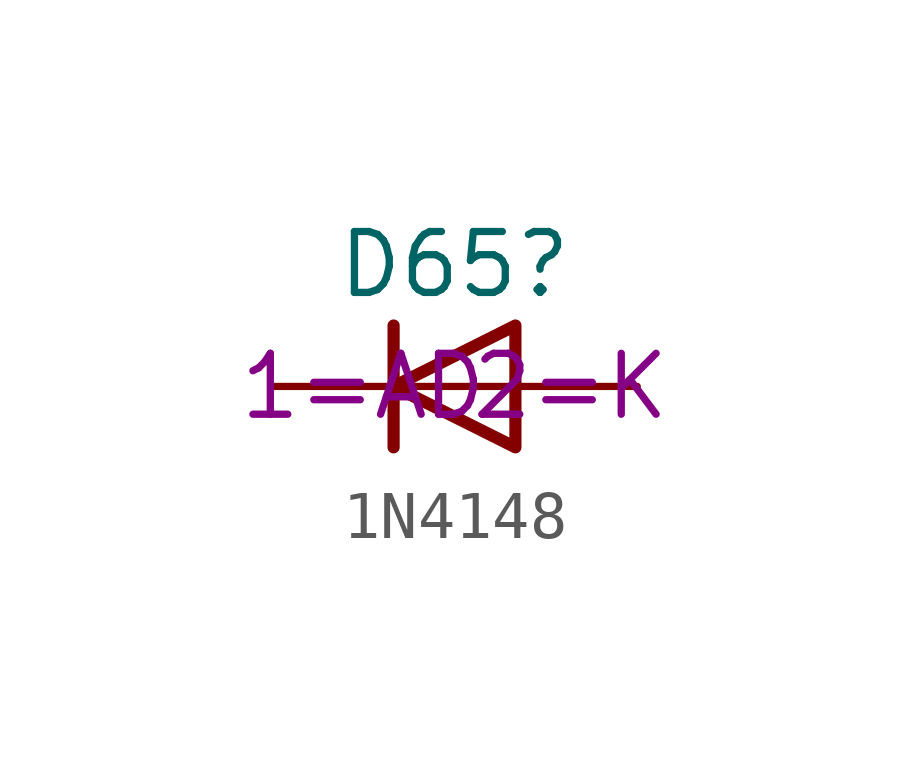
<source format=kicad_sym>
(kicad_symbol_lib
  (version 20220914)
  (generator kicad_symbol_editor)
  (symbol "1N4148"
    (pin_numbers hide)
    (pin_names
      (offset 1.016) hide)
    (property "Reference" "D65"
      (at 0 2.54 0)
      (effects (font (size 1.27 1.27))))
    (property "Sim.Device" "D"
      (at 0 0 0)
      (effects (font (size 1.27 1.27))))
    (property "Sim.Pins" "1=A 2=K"
      (at 0 0 0)
      (effects (font (size 1.27 1.27))))
    (symbol "1N4148_0_1"
      (polyline (pts (xy -1.27 1.27) (xy -1.27 -1.27)) (stroke (width 0.254) (type default)) (fill (type none)))
      (polyline (pts (xy 1.27 0) (xy -1.27 0)) (stroke (width 0) (type default)) (fill (type none)))
      (polyline (pts (xy 1.27 1.27) (xy 1.27 -1.27) (xy -1.27 0) (xy 1.27 1.27)) (stroke (width 0.254) (type default)) (fill (type none))))
    (symbol "1N4148_1_1"
      (pin passive line (at -3.81 0 0) (length 2.54) (name "K" (effects (font (size 1.27 1.27)))) (number "1" (effects (font (size 1.27 1.27)))))
      (pin passive line (at 3.81 0 180) (length 2.54) (name "A" (effects (font (size 1.27 1.27)))) (number "2" (effects (font (size 1.27 1.27))))))))
</source>
